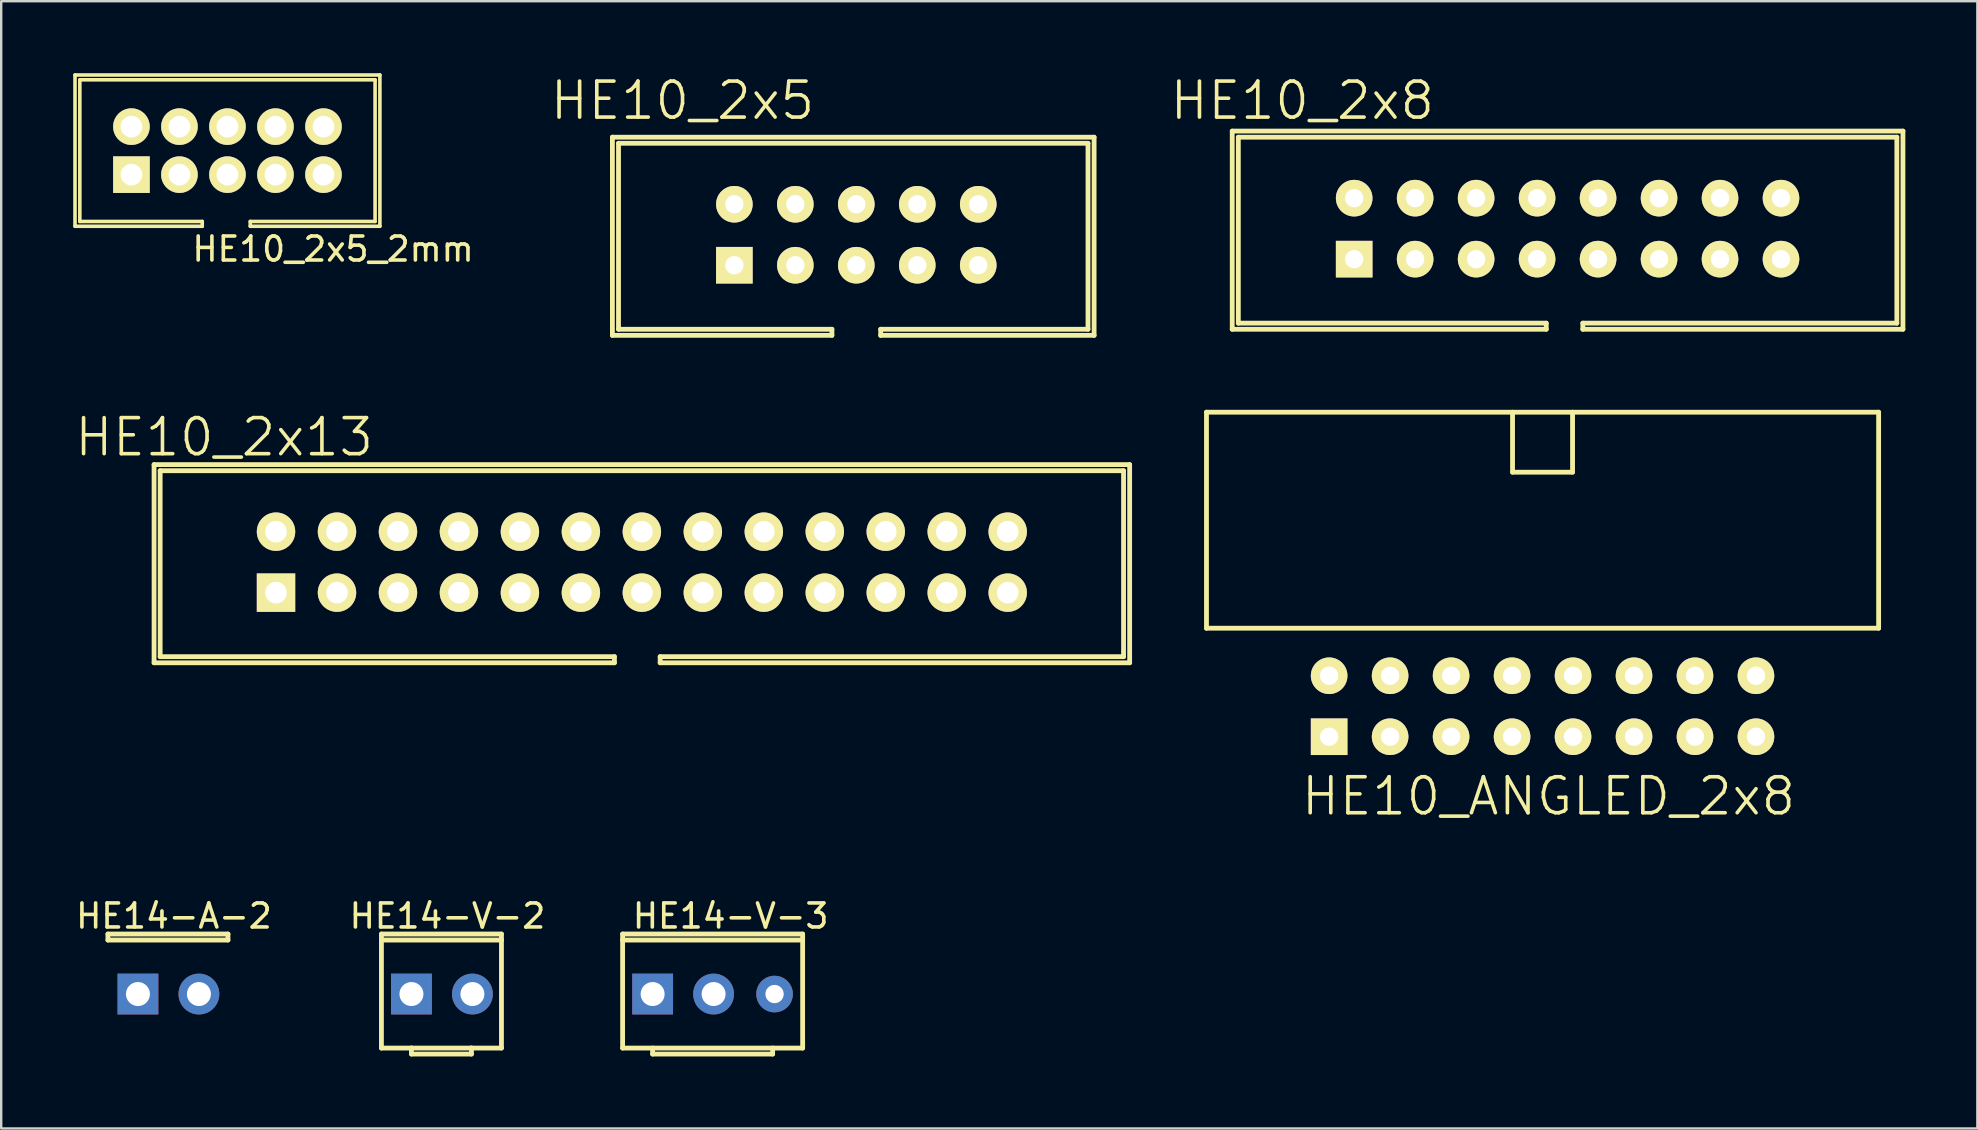
<source format=kicad_pcb>
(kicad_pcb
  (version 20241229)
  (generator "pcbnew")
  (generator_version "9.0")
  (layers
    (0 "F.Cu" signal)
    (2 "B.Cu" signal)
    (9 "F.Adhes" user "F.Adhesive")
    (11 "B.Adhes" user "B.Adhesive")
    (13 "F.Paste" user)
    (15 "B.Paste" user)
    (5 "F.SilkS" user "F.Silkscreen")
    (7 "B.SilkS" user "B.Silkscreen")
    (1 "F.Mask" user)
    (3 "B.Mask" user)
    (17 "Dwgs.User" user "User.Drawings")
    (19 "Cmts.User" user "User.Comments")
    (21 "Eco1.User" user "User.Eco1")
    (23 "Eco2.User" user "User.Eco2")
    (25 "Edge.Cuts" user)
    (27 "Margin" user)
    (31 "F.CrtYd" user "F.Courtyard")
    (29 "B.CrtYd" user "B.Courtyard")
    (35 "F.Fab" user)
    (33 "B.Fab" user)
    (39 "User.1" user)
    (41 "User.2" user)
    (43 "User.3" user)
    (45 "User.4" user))
  (footprint "HE10_2x5"
    (layer "F.Cu")
    (at 32.621 6.729)
    (property "Reference" "HE10_2x5" (at -7.239 -5.588 0) (layer "F.SilkS") (effects (font (size 1.5 1.5) (thickness 0.15))))
    (attr through_hole)
    (fp_line (start -10.16 -4.064) (end 9.906 -4.064) (stroke (width 0.2) (type solid)) (layer "F.SilkS"))
    (fp_line (start -10.16 4.191) (end -10.16 -4.064) (stroke (width 0.2) (type solid)) (layer "F.SilkS"))
    (fp_line (start -9.906 -3.81) (end 9.652 -3.81) (stroke (width 0.2) (type solid)) (layer "F.SilkS"))
    (fp_line (start -9.906 3.937) (end -9.906 -3.81) (stroke (width 0.2) (type solid)) (layer "F.SilkS"))
    (fp_line (start -1.016 3.937) (end -9.906 3.937) (stroke (width 0.2) (type solid)) (layer "F.SilkS"))
    (fp_line (start -1.016 4.191) (end -10.16 4.191) (stroke (width 0.2) (type solid)) (layer "F.SilkS"))
    (fp_line (start -1.016 4.191) (end -1.016 3.937) (stroke (width 0.2) (type solid)) (layer "F.SilkS"))
    (fp_line (start 1.016 3.937) (end 9.652 3.937) (stroke (width 0.2) (type solid)) (layer "F.SilkS"))
    (fp_line (start 1.016 4.191) (end 1.016 3.937) (stroke (width 0.2) (type solid)) (layer "F.SilkS"))
    (fp_line (start 1.016 4.191) (end 9.906 4.191) (stroke (width 0.2) (type solid)) (layer "F.SilkS"))
    (fp_line (start 9.652 -3.81) (end 9.652 3.937) (stroke (width 0.2) (type solid)) (layer "F.SilkS"))
    (fp_line (start 9.906 4.191) (end 9.906 -4.064) (stroke (width 0.2) (type solid)) (layer "F.SilkS"))
    (pad "1" thru_hole rect (at -5.08 1.27) (size 1.524 1.524) (drill 0.762) (layers "*.Cu" "*.Mask" "F.SilkS"))
    (pad "2" thru_hole circle (at -5.08 -1.27) (size 1.524 1.524) (drill 0.762) (layers "*.Cu" "*.Mask" "F.SilkS"))
    (pad "3" thru_hole circle (at -2.54 1.27) (size 1.524 1.524) (drill 0.762) (layers "*.Cu" "*.Mask" "F.SilkS"))
    (pad "4" thru_hole circle (at -2.54 -1.27) (size 1.524 1.524) (drill 0.762) (layers "*.Cu" "*.Mask" "F.SilkS"))
    (pad "5" thru_hole circle (at 0 1.27) (size 1.524 1.524) (drill 0.762) (layers "*.Cu" "*.Mask" "F.SilkS"))
    (pad "6" thru_hole circle (at 0 -1.27) (size 1.524 1.524) (drill 0.762) (layers "*.Cu" "*.Mask" "F.SilkS"))
    (pad "7" thru_hole circle (at 2.54 1.27) (size 1.524 1.524) (drill 0.762) (layers "*.Cu" "*.Mask" "F.SilkS"))
    (pad "8" thru_hole circle (at 2.54 -1.27) (size 1.524 1.524) (drill 0.762) (layers "*.Cu" "*.Mask" "F.SilkS"))
    (pad "9" thru_hole circle (at 5.08 1.27) (size 1.524 1.524) (drill 0.762) (layers "*.Cu" "*.Mask" "F.SilkS"))
    (pad "10" thru_hole circle (at 5.08 -1.27) (size 1.524 1.524) (drill 0.762) (layers "*.Cu" "*.Mask" "F.SilkS")))
  (footprint "HE10_ANGLED_2x8"
    (layer "F.Cu")
    (at 61.208 23.12)
    (property "Reference" "HE10_ANGLED_2x8" (at 0.25 7 0) (layer "F.SilkS") (effects (font (size 1.5 1.5) (thickness 0.15))))
    (attr through_hole)
    (fp_line (start -14 -9) (end 14 -9) (stroke (width 0.2) (type solid)) (layer "F.SilkS"))
    (fp_line (start -14 0) (end -14 -9) (stroke (width 0.2) (type solid)) (layer "F.SilkS"))
    (fp_line (start -14 0) (end 14 0) (stroke (width 0.2) (type solid)) (layer "F.SilkS"))
    (fp_line (start -1.25 -9) (end -1.25 -6.5) (stroke (width 0.2) (type solid)) (layer "F.SilkS"))
    (fp_line (start -1.25 -6.5) (end 1.25 -6.5) (stroke (width 0.2) (type solid)) (layer "F.SilkS"))
    (fp_line (start 1.25 -6.5) (end 1.25 -9) (stroke (width 0.2) (type solid)) (layer "F.SilkS"))
    (fp_line (start 14 0) (end 14 -9) (stroke (width 0.2) (type solid)) (layer "F.SilkS"))
    (pad "1" thru_hole rect (at -8.89 4.52) (size 1.524 1.524) (drill 0.762) (layers "*.Cu" "*.Mask" "F.SilkS"))
    (pad "2" thru_hole circle (at -8.89 1.98) (size 1.524 1.524) (drill 0.762) (layers "*.Cu" "*.Mask" "F.SilkS"))
    (pad "3" thru_hole circle (at -6.35 4.52) (size 1.524 1.524) (drill 0.762) (layers "*.Cu" "*.Mask" "F.SilkS"))
    (pad "4" thru_hole circle (at -6.35 1.98) (size 1.524 1.524) (drill 0.762) (layers "*.Cu" "*.Mask" "F.SilkS"))
    (pad "5" thru_hole circle (at -3.81 4.52) (size 1.524 1.524) (drill 0.762) (layers "*.Cu" "*.Mask" "F.SilkS"))
    (pad "6" thru_hole circle (at -3.81 1.98) (size 1.524 1.524) (drill 0.762) (layers "*.Cu" "*.Mask" "F.SilkS"))
    (pad "7" thru_hole circle (at -1.27 4.52) (size 1.524 1.524) (drill 0.762) (layers "*.Cu" "*.Mask" "F.SilkS"))
    (pad "8" thru_hole circle (at -1.27 1.98) (size 1.524 1.524) (drill 0.762) (layers "*.Cu" "*.Mask" "F.SilkS"))
    (pad "9" thru_hole circle (at 1.27 4.52) (size 1.524 1.524) (drill 0.762) (layers "*.Cu" "*.Mask" "F.SilkS"))
    (pad "10" thru_hole circle (at 1.27 1.98) (size 1.524 1.524) (drill 0.762) (layers "*.Cu" "*.Mask" "F.SilkS"))
    (pad "11" thru_hole circle (at 3.81 4.52) (size 1.524 1.524) (drill 0.762) (layers "*.Cu" "*.Mask" "F.SilkS"))
    (pad "12" thru_hole circle (at 3.81 1.98) (size 1.524 1.524) (drill 0.762) (layers "*.Cu" "*.Mask" "F.SilkS"))
    (pad "13" thru_hole circle (at 6.35 4.52) (size 1.524 1.524) (drill 0.762) (layers "*.Cu" "*.Mask" "F.SilkS"))
    (pad "14" thru_hole circle (at 6.35 1.98) (size 1.524 1.524) (drill 0.762) (layers "*.Cu" "*.Mask" "F.SilkS"))
    (pad "15" thru_hole circle (at 8.89 4.52) (size 1.524 1.524) (drill 0.762) (layers "*.Cu" "*.Mask" "F.SilkS"))
    (pad "16" thru_hole circle (at 8.89 1.98) (size 1.524 1.524) (drill 0.762) (layers "*.Cu" "*.Mask" "F.SilkS")))
  (footprint "HE14-V-3"
    (layer "F.Cu")
    (at 26.636 38.359)
    (property "Reference" "HE14-V-3" (at 0.75 -3.25 0) (layer "F.SilkS") (effects (font (size 1 1) (thickness 0.15))))
    (attr through_hole)
    (fp_line (start -3.75 -2.5) (end -3.75 -2.25) (stroke (width 0.2) (type solid)) (layer "F.SilkS"))
    (fp_line (start -3.75 -2.5) (end 3.75 -2.5) (stroke (width 0.2) (type solid)) (layer "F.SilkS"))
    (fp_line (start -3.75 -2.25) (end -3.75 2.25) (stroke (width 0.2) (type solid)) (layer "F.SilkS"))
    (fp_line (start -3.75 -2.25) (end 3.75 -2.25) (stroke (width 0.2) (type solid)) (layer "F.SilkS"))
    (fp_line (start -3.75 2.25) (end 3.75 2.25) (stroke (width 0.2) (type solid)) (layer "F.SilkS"))
    (fp_line (start -2.5 2.25) (end -2.5 2.5) (stroke (width 0.2) (type solid)) (layer "F.SilkS"))
    (fp_line (start -2.5 2.5) (end 2.5 2.5) (stroke (width 0.2) (type solid)) (layer "F.SilkS"))
    (fp_line (start 2.5 2.5) (end 2.5 2.25) (stroke (width 0.2) (type solid)) (layer "F.SilkS"))
    (fp_line (start 3.75 2.25) (end 3.75 -2.5) (stroke (width 0.2) (type solid)) (layer "F.SilkS"))
    (pad "1" thru_hole rect (at -2.5 0) (size 1.7 1.7) (drill 1) (layers "*.Cu" "*.Mask"))
    (pad "2" thru_hole circle (at 0.04 0) (size 1.7 1.7) (drill 1) (layers "*.Cu" "*.Mask"))
    (pad "3" thru_hole circle (at 2.58 0) (size 1.524 1.524) (drill 0.762) (layers "*.Cu" "*.Mask")))
  (footprint "HE10_2x8"
    (layer "F.Cu")
    (at 62.251 6.475)
    (property "Reference" "HE10_2x8" (at -11.049 -5.334 0) (layer "F.SilkS") (effects (font (size 1.5 1.5) (thickness 0.15))))
    (attr through_hole)
    (fp_line (start -13.97 -4.064) (end -13.97 4.191) (stroke (width 0.2) (type solid)) (layer "F.SilkS"))
    (fp_line (start -13.97 4.191) (end -0.889 4.191) (stroke (width 0.2) (type solid)) (layer "F.SilkS"))
    (fp_line (start -13.716 -3.81) (end 13.716 -3.81) (stroke (width 0.2) (type solid)) (layer "F.SilkS"))
    (fp_line (start -13.716 3.937) (end -13.716 -3.81) (stroke (width 0.2) (type solid)) (layer "F.SilkS"))
    (fp_line (start -13.716 3.937) (end -0.889 3.937) (stroke (width 0.2) (type solid)) (layer "F.SilkS"))
    (fp_line (start -0.889 4.191) (end -0.889 3.937) (stroke (width 0.2) (type solid)) (layer "F.SilkS"))
    (fp_line (start 0.635 3.937) (end 13.716 3.937) (stroke (width 0.2) (type solid)) (layer "F.SilkS"))
    (fp_line (start 0.635 4.191) (end 0.635 3.937) (stroke (width 0.2) (type solid)) (layer "F.SilkS"))
    (fp_line (start 0.635 4.191) (end 13.97 4.191) (stroke (width 0.2) (type solid)) (layer "F.SilkS"))
    (fp_line (start 13.716 -3.81) (end 13.716 3.937) (stroke (width 0.2) (type solid)) (layer "F.SilkS"))
    (fp_line (start 13.97 -4.064) (end -13.97 -4.064) (stroke (width 0.2) (type solid)) (layer "F.SilkS"))
    (fp_line (start 13.97 4.191) (end 13.97 -4.064) (stroke (width 0.2) (type solid)) (layer "F.SilkS"))
    (pad "1" thru_hole rect (at -8.89 1.27) (size 1.524 1.524) (drill 0.762) (layers "*.Cu" "*.Mask" "F.SilkS"))
    (pad "2" thru_hole circle (at -8.89 -1.27) (size 1.524 1.524) (drill 0.762) (layers "*.Cu" "*.Mask" "F.SilkS"))
    (pad "3" thru_hole circle (at -6.35 1.27) (size 1.524 1.524) (drill 0.762) (layers "*.Cu" "*.Mask" "F.SilkS"))
    (pad "4" thru_hole circle (at -6.35 -1.27) (size 1.524 1.524) (drill 0.762) (layers "*.Cu" "*.Mask" "F.SilkS"))
    (pad "5" thru_hole circle (at -3.81 1.27) (size 1.524 1.524) (drill 0.762) (layers "*.Cu" "*.Mask" "F.SilkS"))
    (pad "6" thru_hole circle (at -3.81 -1.27) (size 1.524 1.524) (drill 0.762) (layers "*.Cu" "*.Mask" "F.SilkS"))
    (pad "7" thru_hole circle (at -1.27 1.27) (size 1.524 1.524) (drill 0.762) (layers "*.Cu" "*.Mask" "F.SilkS"))
    (pad "8" thru_hole circle (at -1.27 -1.27) (size 1.524 1.524) (drill 0.762) (layers "*.Cu" "*.Mask" "F.SilkS"))
    (pad "9" thru_hole circle (at 1.27 1.27) (size 1.524 1.524) (drill 0.762) (layers "*.Cu" "*.Mask" "F.SilkS"))
    (pad "10" thru_hole circle (at 1.27 -1.27) (size 1.524 1.524) (drill 0.762) (layers "*.Cu" "*.Mask" "F.SilkS"))
    (pad "11" thru_hole circle (at 3.81 1.27) (size 1.524 1.524) (drill 0.762) (layers "*.Cu" "*.Mask" "F.SilkS"))
    (pad "12" thru_hole circle (at 3.81 -1.27) (size 1.524 1.524) (drill 0.762) (layers "*.Cu" "*.Mask" "F.SilkS"))
    (pad "13" thru_hole circle (at 6.35 1.27) (size 1.524 1.524) (drill 0.762) (layers "*.Cu" "*.Mask" "F.SilkS"))
    (pad "14" thru_hole circle (at 6.35 -1.27) (size 1.524 1.524) (drill 0.762) (layers "*.Cu" "*.Mask" "F.SilkS"))
    (pad "15" thru_hole circle (at 8.89 1.27) (size 1.524 1.524) (drill 0.762) (layers "*.Cu" "*.Mask" "F.SilkS"))
    (pad "16" thru_hole circle (at 8.89 -1.27) (size 1.524 1.524) (drill 0.762) (layers "*.Cu" "*.Mask" "F.SilkS")))
  (footprint "HE14-A-2"
    (layer "F.Cu")
    (at 4.196 38.359)
    (property "Reference" "HE14-A-2" (at 0 -3.25 0) (layer "F.SilkS") (effects (font (size 1 1) (thickness 0.15))))
    (attr through_hole)
    (fp_line (start -2.75 -2.5) (end -2.75 -2.25) (stroke (width 0.2) (type solid)) (layer "F.SilkS"))
    (fp_line (start -2.75 -2.25) (end 2.25 -2.25) (stroke (width 0.2) (type solid)) (layer "F.SilkS"))
    (fp_line (start 2.25 -2.5) (end -2.75 -2.5) (stroke (width 0.2) (type solid)) (layer "F.SilkS"))
    (fp_line (start 2.25 -2.25) (end 2.25 -2.5) (stroke (width 0.2) (type solid)) (layer "F.SilkS"))
    (pad "1" thru_hole rect (at -1.5 0) (size 1.7 1.7) (drill 1) (layers "*.Cu" "*.Mask"))
    (pad "2" thru_hole circle (at 1.04 0) (size 1.7 1.7) (drill 1) (layers "*.Cu" "*.Mask")))
  (footprint "HE10_2x5_2mm"
    (layer "F.Cu")
    (at 6.375 3.175)
    (property "Reference" "HE10_2x5_2mm" (at 4.45 4.15 0) (layer "F.SilkS") (effects (font (size 1 1) (thickness 0.15))))
    (attr through_hole)
    (fp_line (start -6.3 -3.1) (end -6.3 3.2) (stroke (width 0.15) (type solid)) (layer "F.SilkS"))
    (fp_line (start -6.3 -3.1) (end 6.4 -3.1) (stroke (width 0.15) (type solid)) (layer "F.SilkS"))
    (fp_line (start -6.1 -2.9) (end 6.2 -2.9) (stroke (width 0.15) (type solid)) (layer "F.SilkS"))
    (fp_line (start -6.1 3) (end -6.1 -2.9) (stroke (width 0.15) (type solid)) (layer "F.SilkS"))
    (fp_line (start -6.1 3) (end -1 3) (stroke (width 0.15) (type solid)) (layer "F.SilkS"))
    (fp_line (start -1 3) (end -1 3.2) (stroke (width 0.15) (type solid)) (layer "F.SilkS"))
    (fp_line (start -1 3.2) (end -6.3 3.2) (stroke (width 0.15) (type solid)) (layer "F.SilkS"))
    (fp_line (start 1 3) (end 1 3.2) (stroke (width 0.15) (type solid)) (layer "F.SilkS"))
    (fp_line (start 1 3.2) (end 6.4 3.2) (stroke (width 0.15) (type solid)) (layer "F.SilkS"))
    (fp_line (start 6.2 -2.9) (end 6.2 3) (stroke (width 0.15) (type solid)) (layer "F.SilkS"))
    (fp_line (start 6.2 3) (end 1 3) (stroke (width 0.15) (type solid)) (layer "F.SilkS"))
    (fp_line (start 6.4 3.2) (end 6.4 -3.1) (stroke (width 0.15) (type solid)) (layer "F.SilkS"))
    (pad "1" thru_hole rect (at -3.95 1.05) (size 1.524 1.524) (drill 0.9) (layers "*.Cu" "*.Mask" "F.SilkS"))
    (pad "2" thru_hole circle (at -3.95 -0.95) (size 1.524 1.524) (drill 0.9) (layers "*.Cu" "*.Mask" "F.SilkS"))
    (pad "3" thru_hole circle (at -1.95 1.05) (size 1.524 1.524) (drill 0.9) (layers "*.Cu" "*.Mask" "F.SilkS"))
    (pad "4" thru_hole circle (at -1.95 -0.95) (size 1.524 1.524) (drill 0.9) (layers "*.Cu" "*.Mask" "F.SilkS"))
    (pad "5" thru_hole circle (at 0.05 1.05) (size 1.524 1.524) (drill 0.9) (layers "*.Cu" "*.Mask" "F.SilkS"))
    (pad "6" thru_hole circle (at 0.05 -0.95) (size 1.524 1.524) (drill 0.9) (layers "*.Cu" "*.Mask" "F.SilkS"))
    (pad "7" thru_hole circle (at 2.05 1.05) (size 1.524 1.524) (drill 0.9) (layers "*.Cu" "*.Mask" "F.SilkS"))
    (pad "8" thru_hole circle (at 2.05 -0.95) (size 1.524 1.524) (drill 0.9) (layers "*.Cu" "*.Mask" "F.SilkS"))
    (pad "9" thru_hole circle (at 4.05 1.05) (size 1.524 1.524) (drill 0.9) (layers "*.Cu" "*.Mask" "F.SilkS"))
    (pad "10" thru_hole circle (at 4.05 -0.95) (size 1.524 1.524) (drill 0.9) (layers "*.Cu" "*.Mask" "F.SilkS")))
  (footprint "HE14-V-2"
    (layer "F.Cu")
    (at 15.589 38.359)
    (property "Reference" "HE14-V-2" (at 0 -3.25 0) (layer "F.SilkS") (effects (font (size 1 1) (thickness 0.15))))
    (attr through_hole)
    (fp_line (start -2.75 -2.5) (end -2.75 -2.25) (stroke (width 0.2) (type solid)) (layer "F.SilkS"))
    (fp_line (start -2.75 -2.25) (end -2.75 2.25) (stroke (width 0.2) (type solid)) (layer "F.SilkS"))
    (fp_line (start -2.75 -2.25) (end 2.25 -2.25) (stroke (width 0.2) (type solid)) (layer "F.SilkS"))
    (fp_line (start -2.75 2.25) (end -1.5 2.25) (stroke (width 0.2) (type solid)) (layer "F.SilkS"))
    (fp_line (start -1.5 2.25) (end 1 2.25) (stroke (width 0.2) (type solid)) (layer "F.SilkS"))
    (fp_line (start -1.5 2.5) (end -1.5 2.25) (stroke (width 0.2) (type solid)) (layer "F.SilkS"))
    (fp_line (start 1 2.25) (end 1 2.5) (stroke (width 0.2) (type solid)) (layer "F.SilkS"))
    (fp_line (start 1 2.5) (end -1.5 2.5) (stroke (width 0.2) (type solid)) (layer "F.SilkS"))
    (fp_line (start 2.25 -2.5) (end -2.75 -2.5) (stroke (width 0.2) (type solid)) (layer "F.SilkS"))
    (fp_line (start 2.25 -2.25) (end 2.25 -2.5) (stroke (width 0.2) (type solid)) (layer "F.SilkS"))
    (fp_line (start 2.25 -2.25) (end 2.25 2.25) (stroke (width 0.2) (type solid)) (layer "F.SilkS"))
    (fp_line (start 2.25 2.25) (end 1 2.25) (stroke (width 0.2) (type solid)) (layer "F.SilkS"))
    (pad "1" thru_hole rect (at -1.5 0) (size 1.7 1.7) (drill 1) (layers "*.Cu" "*.Mask"))
    (pad "2" thru_hole circle (at 1.04 0) (size 1.7 1.7) (drill 1) (layers "*.Cu" "*.Mask")))
  (footprint "HE10_2x13"
    (layer "F.Cu")
    (at 23.561 20.241)
    (property "Reference" "HE10_2x13" (at -17.272 -5.08 0) (layer "F.SilkS") (effects (font (size 1.5 1.5) (thickness 0.15))))
    (attr through_hole)
    (fp_line (start -20.193 -3.937) (end -20.193 4.318) (stroke (width 0.2) (type solid)) (layer "F.SilkS"))
    (fp_line (start -19.939 -3.683) (end -19.939 4.064) (stroke (width 0.2) (type solid)) (layer "F.SilkS"))
    (fp_line (start -19.939 4.064) (end -1.016 4.064) (stroke (width 0.2) (type solid)) (layer "F.SilkS"))
    (fp_line (start -1.016 4.064) (end -1.016 4.318) (stroke (width 0.2) (type solid)) (layer "F.SilkS"))
    (fp_line (start -1.016 4.318) (end -20.193 4.318) (stroke (width 0.2) (type solid)) (layer "F.SilkS"))
    (fp_line (start 0.889 4.064) (end 20.193 4.064) (stroke (width 0.2) (type solid)) (layer "F.SilkS"))
    (fp_line (start 0.889 4.318) (end 0.889 4.064) (stroke (width 0.2) (type solid)) (layer "F.SilkS"))
    (fp_line (start 0.889 4.318) (end 20.447 4.318) (stroke (width 0.2) (type solid)) (layer "F.SilkS"))
    (fp_line (start 20.193 -3.683) (end -19.939 -3.683) (stroke (width 0.2) (type solid)) (layer "F.SilkS"))
    (fp_line (start 20.193 4.064) (end 20.193 -3.683) (stroke (width 0.2) (type solid)) (layer "F.SilkS"))
    (fp_line (start 20.447 -3.937) (end -20.193 -3.937) (stroke (width 0.2) (type solid)) (layer "F.SilkS"))
    (fp_line (start 20.447 -3.937) (end 20.447 4.318) (stroke (width 0.2) (type solid)) (layer "F.SilkS"))
    (pad "1" thru_hole rect (at -15.113 1.397) (size 1.6 1.6) (drill 0.9) (layers "*.Cu" "*.Mask" "F.SilkS"))
    (pad "2" thru_hole circle (at -15.113 -1.143) (size 1.6 1.6) (drill 0.9) (layers "*.Cu" "*.Mask" "F.SilkS"))
    (pad "3" thru_hole circle (at -12.573 1.397) (size 1.6 1.6) (drill 0.9) (layers "*.Cu" "*.Mask" "F.SilkS"))
    (pad "4" thru_hole circle (at -12.573 -1.143) (size 1.6 1.6) (drill 0.9) (layers "*.Cu" "*.Mask" "F.SilkS"))
    (pad "5" thru_hole circle (at -10.033 1.397) (size 1.6 1.6) (drill 0.9) (layers "*.Cu" "*.Mask" "F.SilkS"))
    (pad "6" thru_hole circle (at -10.033 -1.143) (size 1.6 1.6) (drill 0.9) (layers "*.Cu" "*.Mask" "F.SilkS"))
    (pad "7" thru_hole circle (at -7.493 1.397) (size 1.6 1.6) (drill 0.9) (layers "*.Cu" "*.Mask" "F.SilkS"))
    (pad "8" thru_hole circle (at -7.493 -1.143) (size 1.6 1.6) (drill 0.9) (layers "*.Cu" "*.Mask" "F.SilkS"))
    (pad "9" thru_hole circle (at -4.953 1.397) (size 1.6 1.6) (drill 0.9) (layers "*.Cu" "*.Mask" "F.SilkS"))
    (pad "10" thru_hole circle (at -4.953 -1.143) (size 1.6 1.6) (drill 0.9) (layers "*.Cu" "*.Mask" "F.SilkS"))
    (pad "11" thru_hole circle (at -2.413 1.397) (size 1.6 1.6) (drill 0.9) (layers "*.Cu" "*.Mask" "F.SilkS"))
    (pad "12" thru_hole circle (at -2.413 -1.143) (size 1.6 1.6) (drill 0.9) (layers "*.Cu" "*.Mask" "F.SilkS"))
    (pad "13" thru_hole circle (at 0.127 1.397) (size 1.6 1.6) (drill 0.9) (layers "*.Cu" "*.Mask" "F.SilkS"))
    (pad "14" thru_hole circle (at 0.127 -1.143) (size 1.6 1.6) (drill 0.9) (layers "*.Cu" "*.Mask" "F.SilkS"))
    (pad "15" thru_hole circle (at 2.667 1.397) (size 1.6 1.6) (drill 0.9) (layers "*.Cu" "*.Mask" "F.SilkS"))
    (pad "16" thru_hole circle (at 2.667 -1.143) (size 1.6 1.6) (drill 0.9) (layers "*.Cu" "*.Mask" "F.SilkS"))
    (pad "17" thru_hole circle (at 5.207 1.397) (size 1.6 1.6) (drill 0.9) (layers "*.Cu" "*.Mask" "F.SilkS"))
    (pad "18" thru_hole circle (at 5.207 -1.143) (size 1.6 1.6) (drill 0.9) (layers "*.Cu" "*.Mask" "F.SilkS"))
    (pad "19" thru_hole circle (at 7.747 1.397) (size 1.6 1.6) (drill 0.9) (layers "*.Cu" "*.Mask" "F.SilkS"))
    (pad "20" thru_hole circle (at 7.747 -1.143) (size 1.6 1.6) (drill 0.9) (layers "*.Cu" "*.Mask" "F.SilkS"))
    (pad "21" thru_hole circle (at 10.287 1.397) (size 1.6 1.6) (drill 0.9) (layers "*.Cu" "*.Mask" "F.SilkS"))
    (pad "22" thru_hole circle (at 10.287 -1.143) (size 1.6 1.6) (drill 0.9) (layers "*.Cu" "*.Mask" "F.SilkS"))
    (pad "23" thru_hole circle (at 12.827 1.397) (size 1.6 1.6) (drill 0.9) (layers "*.Cu" "*.Mask" "F.SilkS"))
    (pad "24" thru_hole circle (at 12.827 -1.143) (size 1.6 1.6) (drill 0.9) (layers "*.Cu" "*.Mask" "F.SilkS"))
    (pad "25" thru_hole circle (at 15.367 1.397) (size 1.6 1.6) (drill 0.9) (layers "*.Cu" "*.Mask" "F.SilkS"))
    (pad "26" thru_hole circle (at 15.367 -1.143) (size 1.6 1.6) (drill 0.9) (layers "*.Cu" "*.Mask" "F.SilkS")))
  (gr_rect
    (start -3 -3)
    (end 79.321 43.959)
    (stroke (width 0.1) (type default))
    (fill no)
    (layer "Edge.Cuts")))
</source>
